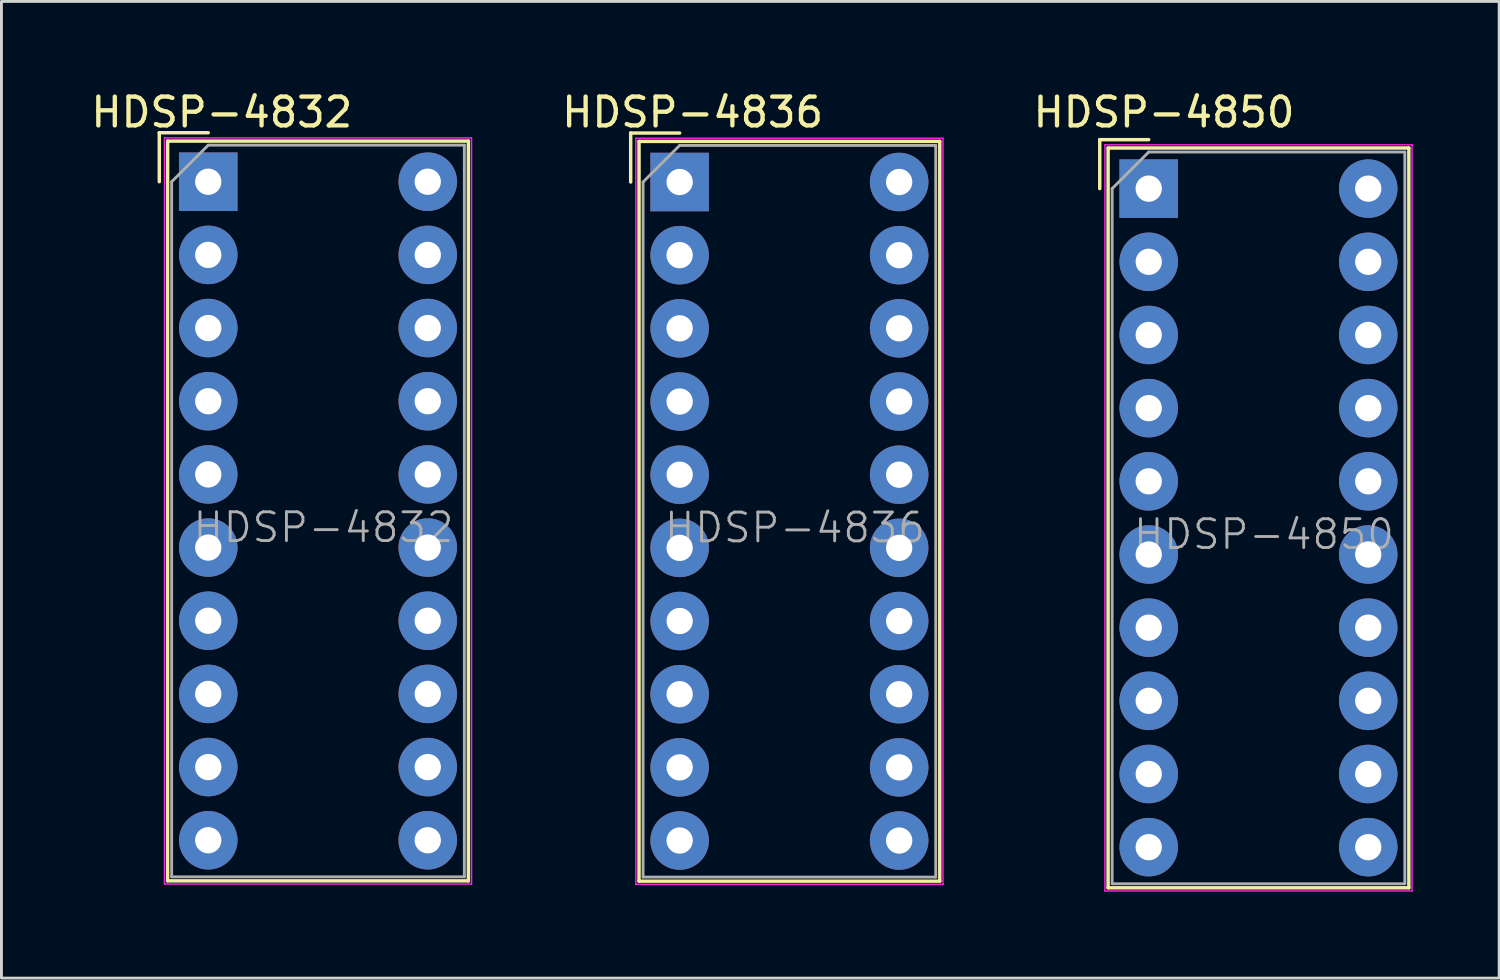
<source format=kicad_pcb>
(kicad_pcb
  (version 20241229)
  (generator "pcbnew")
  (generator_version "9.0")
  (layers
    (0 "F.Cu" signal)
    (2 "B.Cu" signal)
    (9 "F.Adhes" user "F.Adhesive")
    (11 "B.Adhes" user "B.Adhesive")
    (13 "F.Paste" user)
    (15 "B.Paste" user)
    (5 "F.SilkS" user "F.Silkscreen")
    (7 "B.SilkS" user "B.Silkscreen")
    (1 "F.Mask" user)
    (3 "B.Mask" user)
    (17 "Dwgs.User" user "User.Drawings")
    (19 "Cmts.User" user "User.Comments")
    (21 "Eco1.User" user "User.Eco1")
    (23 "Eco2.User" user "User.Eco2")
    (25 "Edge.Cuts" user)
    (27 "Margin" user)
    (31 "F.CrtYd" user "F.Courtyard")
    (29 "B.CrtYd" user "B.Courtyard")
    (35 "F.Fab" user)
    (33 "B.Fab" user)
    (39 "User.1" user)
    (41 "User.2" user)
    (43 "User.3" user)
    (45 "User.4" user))
  (footprint "HDSP-4832"
    (layer "F.Cu")
    (at 4.179 3.258)
    (property "Reference" "HDSP-4832" (at 0.47 -2.41 0) (layer "F.SilkS") (effects (font (size 1 1) (thickness 0.15))))
    (attr through_hole)
    (fp_line (start -1.7 -1.7) (end -1.7 0) (stroke (width 0.12) (type solid)) (layer "F.SilkS"))
    (fp_line (start -1.41 -1.41) (end 9.03 -1.41) (stroke (width 0.12) (type solid)) (layer "F.SilkS"))
    (fp_line (start -1.41 24.27) (end -1.41 -1.41) (stroke (width 0.12) (type solid)) (layer "F.SilkS"))
    (fp_line (start 0 -1.7) (end -1.7 -1.7) (stroke (width 0.12) (type solid)) (layer "F.SilkS"))
    (fp_line (start 9.03 -1.41) (end 9.03 24.27) (stroke (width 0.12) (type solid)) (layer "F.SilkS"))
    (fp_line (start 9.03 24.27) (end -1.41 24.27) (stroke (width 0.12) (type solid)) (layer "F.SilkS"))
    (fp_line (start -1.52 -1.52) (end -1.52 24.38) (stroke (width 0.05) (type solid)) (layer "F.CrtYd"))
    (fp_line (start -1.52 -1.52) (end 9.14 -1.52) (stroke (width 0.05) (type solid)) (layer "F.CrtYd"))
    (fp_line (start -1.52 24.38) (end 9.14 24.38) (stroke (width 0.05) (type solid)) (layer "F.CrtYd"))
    (fp_line (start 9.14 24.38) (end 9.14 -1.52) (stroke (width 0.05) (type solid)) (layer "F.CrtYd"))
    (fp_line (start -1.27 0) (end -1.27 24.13) (stroke (width 0.1) (type solid)) (layer "F.Fab"))
    (fp_line (start -1.27 24.13) (end 8.89 24.13) (stroke (width 0.1) (type solid)) (layer "F.Fab"))
    (fp_line (start 0 -1.27) (end -1.27 0) (stroke (width 0.1) (type solid)) (layer "F.Fab"))
    (fp_line (start 0 -1.27) (end 8.89 -1.27) (stroke (width 0.1) (type solid)) (layer "F.Fab"))
    (fp_line (start 8.89 -1.27) (end 8.89 24.13) (stroke (width 0.1) (type solid)) (layer "F.Fab"))
    (fp_text user "${REFERENCE}" (at 4 12 0) (layer "F.Fab") (effects (font (size 1 1) (thickness 0.1))))
    (pad "1" thru_hole rect (at 0 0 270) (size 2.032 2.032) (drill 0.914) (layers "*.Cu" "*.Mask"))
    (pad "2" thru_hole circle (at 0 2.54 270) (size 2.032 2.032) (drill 0.914) (layers "*.Cu" "*.Mask"))
    (pad "3" thru_hole circle (at 0 5.08 270) (size 2.032 2.032) (drill 0.914) (layers "*.Cu" "*.Mask"))
    (pad "4" thru_hole circle (at 0 7.62 270) (size 2.032 2.032) (drill 0.914) (layers "*.Cu" "*.Mask"))
    (pad "5" thru_hole circle (at 0 10.16 270) (size 2.032 2.032) (drill 0.914) (layers "*.Cu" "*.Mask"))
    (pad "6" thru_hole circle (at 0 12.7 270) (size 2.032 2.032) (drill 0.914) (layers "*.Cu" "*.Mask"))
    (pad "7" thru_hole circle (at 0 15.24 270) (size 2.032 2.032) (drill 0.914) (layers "*.Cu" "*.Mask"))
    (pad "8" thru_hole circle (at 0 17.78 270) (size 2.032 2.032) (drill 0.914) (layers "*.Cu" "*.Mask"))
    (pad "9" thru_hole circle (at 0 20.32 270) (size 2.032 2.032) (drill 0.914) (layers "*.Cu" "*.Mask"))
    (pad "10" thru_hole circle (at 0 22.86 270) (size 2.032 2.032) (drill 0.914) (layers "*.Cu" "*.Mask"))
    (pad "11" thru_hole circle (at 7.62 22.86 270) (size 2.032 2.032) (drill 0.914) (layers "*.Cu" "*.Mask"))
    (pad "12" thru_hole circle (at 7.62 20.32 270) (size 2.032 2.032) (drill 0.914) (layers "*.Cu" "*.Mask"))
    (pad "13" thru_hole circle (at 7.62 17.78 270) (size 2.032 2.032) (drill 0.914) (layers "*.Cu" "*.Mask"))
    (pad "14" thru_hole circle (at 7.62 15.24 270) (size 2.032 2.032) (drill 0.914) (layers "*.Cu" "*.Mask"))
    (pad "15" thru_hole circle (at 7.62 12.7 270) (size 2.032 2.032) (drill 0.914) (layers "*.Cu" "*.Mask"))
    (pad "16" thru_hole circle (at 7.62 10.16 270) (size 2.032 2.032) (drill 0.914) (layers "*.Cu" "*.Mask"))
    (pad "17" thru_hole circle (at 7.62 7.62 270) (size 2.032 2.032) (drill 0.914) (layers "*.Cu" "*.Mask"))
    (pad "18" thru_hole circle (at 7.62 5.08 270) (size 2.032 2.032) (drill 0.914) (layers "*.Cu" "*.Mask"))
    (pad "19" thru_hole circle (at 7.62 2.54 270) (size 2.032 2.032) (drill 0.914) (layers "*.Cu" "*.Mask"))
    (pad "20" thru_hole circle (at 7.62 0 270) (size 2.032 2.032) (drill 0.914) (layers "*.Cu" "*.Mask")))
  (footprint "HDSP-4836"
    (layer "F.Cu")
    (at 20.543 3.268)
    (property "Reference" "HDSP-4836" (at 0.45 -2.42 0) (layer "F.SilkS") (effects (font (size 1 1) (thickness 0.15))))
    (attr through_hole)
    (fp_line (start -1.7 -1.7) (end -1.7 0) (stroke (width 0.12) (type solid)) (layer "F.SilkS"))
    (fp_line (start -1.41 -1.41) (end 9.03 -1.41) (stroke (width 0.12) (type solid)) (layer "F.SilkS"))
    (fp_line (start -1.41 24.27) (end -1.41 -1.41) (stroke (width 0.12) (type solid)) (layer "F.SilkS"))
    (fp_line (start 0 -1.7) (end -1.7 -1.7) (stroke (width 0.12) (type solid)) (layer "F.SilkS"))
    (fp_line (start 9.03 -1.41) (end 9.03 24.27) (stroke (width 0.12) (type solid)) (layer "F.SilkS"))
    (fp_line (start 9.03 24.27) (end -1.41 24.27) (stroke (width 0.12) (type solid)) (layer "F.SilkS"))
    (fp_line (start -1.52 -1.52) (end -1.52 24.38) (stroke (width 0.05) (type solid)) (layer "F.CrtYd"))
    (fp_line (start -1.52 -1.52) (end 9.14 -1.52) (stroke (width 0.05) (type solid)) (layer "F.CrtYd"))
    (fp_line (start -1.52 24.38) (end 9.14 24.38) (stroke (width 0.05) (type solid)) (layer "F.CrtYd"))
    (fp_line (start 9.14 24.38) (end 9.14 -1.52) (stroke (width 0.05) (type solid)) (layer "F.CrtYd"))
    (fp_line (start -1.27 0) (end -1.27 24.13) (stroke (width 0.1) (type solid)) (layer "F.Fab"))
    (fp_line (start -1.27 24.13) (end 8.89 24.13) (stroke (width 0.1) (type solid)) (layer "F.Fab"))
    (fp_line (start 0 -1.27) (end -1.27 0) (stroke (width 0.1) (type solid)) (layer "F.Fab"))
    (fp_line (start 0 -1.27) (end 8.89 -1.27) (stroke (width 0.1) (type solid)) (layer "F.Fab"))
    (fp_line (start 8.89 -1.27) (end 8.89 24.13) (stroke (width 0.1) (type solid)) (layer "F.Fab"))
    (fp_text user "${REFERENCE}" (at 4 12 0) (layer "F.Fab") (effects (font (size 1 1) (thickness 0.1))))
    (pad "1" thru_hole rect (at 0 0 270) (size 2.032 2.032) (drill 0.914) (layers "*.Cu" "*.Mask"))
    (pad "2" thru_hole circle (at 0 2.54 270) (size 2.032 2.032) (drill 0.914) (layers "*.Cu" "*.Mask"))
    (pad "3" thru_hole circle (at 0 5.08 270) (size 2.032 2.032) (drill 0.914) (layers "*.Cu" "*.Mask"))
    (pad "4" thru_hole circle (at 0 7.62 270) (size 2.032 2.032) (drill 0.914) (layers "*.Cu" "*.Mask"))
    (pad "5" thru_hole circle (at 0 10.16 270) (size 2.032 2.032) (drill 0.914) (layers "*.Cu" "*.Mask"))
    (pad "6" thru_hole circle (at 0 12.7 270) (size 2.032 2.032) (drill 0.914) (layers "*.Cu" "*.Mask"))
    (pad "7" thru_hole circle (at 0 15.24 270) (size 2.032 2.032) (drill 0.914) (layers "*.Cu" "*.Mask"))
    (pad "8" thru_hole circle (at 0 17.78 270) (size 2.032 2.032) (drill 0.914) (layers "*.Cu" "*.Mask"))
    (pad "9" thru_hole circle (at 0 20.32 270) (size 2.032 2.032) (drill 0.914) (layers "*.Cu" "*.Mask"))
    (pad "10" thru_hole circle (at 0 22.86 270) (size 2.032 2.032) (drill 0.914) (layers "*.Cu" "*.Mask"))
    (pad "11" thru_hole circle (at 7.62 22.86 270) (size 2.032 2.032) (drill 0.914) (layers "*.Cu" "*.Mask"))
    (pad "12" thru_hole circle (at 7.62 20.32 270) (size 2.032 2.032) (drill 0.914) (layers "*.Cu" "*.Mask"))
    (pad "13" thru_hole circle (at 7.62 17.78 270) (size 2.032 2.032) (drill 0.914) (layers "*.Cu" "*.Mask"))
    (pad "14" thru_hole circle (at 7.62 15.24 270) (size 2.032 2.032) (drill 0.914) (layers "*.Cu" "*.Mask"))
    (pad "15" thru_hole circle (at 7.62 12.7 270) (size 2.032 2.032) (drill 0.914) (layers "*.Cu" "*.Mask"))
    (pad "16" thru_hole circle (at 7.62 10.16 270) (size 2.032 2.032) (drill 0.914) (layers "*.Cu" "*.Mask"))
    (pad "17" thru_hole circle (at 7.62 7.62 270) (size 2.032 2.032) (drill 0.914) (layers "*.Cu" "*.Mask"))
    (pad "18" thru_hole circle (at 7.62 5.08 270) (size 2.032 2.032) (drill 0.914) (layers "*.Cu" "*.Mask"))
    (pad "19" thru_hole circle (at 7.62 2.54 270) (size 2.032 2.032) (drill 0.914) (layers "*.Cu" "*.Mask"))
    (pad "20" thru_hole circle (at 7.62 0 270) (size 2.032 2.032) (drill 0.914) (layers "*.Cu" "*.Mask")))
  (footprint "HDSP-4850"
    (layer "F.Cu")
    (at 36.826 3.498)
    (property "Reference" "HDSP-4850" (at 0.53 -2.65 0) (layer "F.SilkS") (effects (font (size 1 1) (thickness 0.15))))
    (attr through_hole)
    (fp_line (start -1.7 -1.7) (end -1.7 0) (stroke (width 0.12) (type solid)) (layer "F.SilkS"))
    (fp_line (start -1.41 -1.41) (end 9.03 -1.41) (stroke (width 0.12) (type solid)) (layer "F.SilkS"))
    (fp_line (start -1.41 24.27) (end -1.41 -1.41) (stroke (width 0.12) (type solid)) (layer "F.SilkS"))
    (fp_line (start 0 -1.7) (end -1.7 -1.7) (stroke (width 0.12) (type solid)) (layer "F.SilkS"))
    (fp_line (start 9.03 -1.41) (end 9.03 24.27) (stroke (width 0.12) (type solid)) (layer "F.SilkS"))
    (fp_line (start 9.03 24.27) (end -1.41 24.27) (stroke (width 0.12) (type solid)) (layer "F.SilkS"))
    (fp_line (start -1.52 -1.52) (end -1.52 24.38) (stroke (width 0.05) (type solid)) (layer "F.CrtYd"))
    (fp_line (start -1.52 -1.52) (end 9.14 -1.52) (stroke (width 0.05) (type solid)) (layer "F.CrtYd"))
    (fp_line (start -1.52 24.38) (end 9.14 24.38) (stroke (width 0.05) (type solid)) (layer "F.CrtYd"))
    (fp_line (start 9.14 24.38) (end 9.14 -1.52) (stroke (width 0.05) (type solid)) (layer "F.CrtYd"))
    (fp_line (start -1.27 0) (end -1.27 24.13) (stroke (width 0.1) (type solid)) (layer "F.Fab"))
    (fp_line (start -1.27 24.13) (end 8.89 24.13) (stroke (width 0.1) (type solid)) (layer "F.Fab"))
    (fp_line (start 0 -1.27) (end -1.27 0) (stroke (width 0.1) (type solid)) (layer "F.Fab"))
    (fp_line (start 0 -1.27) (end 8.89 -1.27) (stroke (width 0.1) (type solid)) (layer "F.Fab"))
    (fp_line (start 8.89 -1.27) (end 8.89 24.13) (stroke (width 0.1) (type solid)) (layer "F.Fab"))
    (fp_text user "${REFERENCE}" (at 4 12 0) (layer "F.Fab") (effects (font (size 1 1) (thickness 0.1))))
    (pad "1" thru_hole rect (at 0 0 270) (size 2.032 2.032) (drill 0.914) (layers "*.Cu" "*.Mask"))
    (pad "2" thru_hole circle (at 0 2.54 270) (size 2.032 2.032) (drill 0.914) (layers "*.Cu" "*.Mask"))
    (pad "3" thru_hole circle (at 0 5.08 270) (size 2.032 2.032) (drill 0.914) (layers "*.Cu" "*.Mask"))
    (pad "4" thru_hole circle (at 0 7.62 270) (size 2.032 2.032) (drill 0.914) (layers "*.Cu" "*.Mask"))
    (pad "5" thru_hole circle (at 0 10.16 270) (size 2.032 2.032) (drill 0.914) (layers "*.Cu" "*.Mask"))
    (pad "6" thru_hole circle (at 0 12.7 270) (size 2.032 2.032) (drill 0.914) (layers "*.Cu" "*.Mask"))
    (pad "7" thru_hole circle (at 0 15.24 270) (size 2.032 2.032) (drill 0.914) (layers "*.Cu" "*.Mask"))
    (pad "8" thru_hole circle (at 0 17.78 270) (size 2.032 2.032) (drill 0.914) (layers "*.Cu" "*.Mask"))
    (pad "9" thru_hole circle (at 0 20.32 270) (size 2.032 2.032) (drill 0.914) (layers "*.Cu" "*.Mask"))
    (pad "10" thru_hole circle (at 0 22.86 270) (size 2.032 2.032) (drill 0.914) (layers "*.Cu" "*.Mask"))
    (pad "11" thru_hole circle (at 7.62 22.86 270) (size 2.032 2.032) (drill 0.914) (layers "*.Cu" "*.Mask"))
    (pad "12" thru_hole circle (at 7.62 20.32 270) (size 2.032 2.032) (drill 0.914) (layers "*.Cu" "*.Mask"))
    (pad "13" thru_hole circle (at 7.62 17.78 270) (size 2.032 2.032) (drill 0.914) (layers "*.Cu" "*.Mask"))
    (pad "14" thru_hole circle (at 7.62 15.24 270) (size 2.032 2.032) (drill 0.914) (layers "*.Cu" "*.Mask"))
    (pad "15" thru_hole circle (at 7.62 12.7 270) (size 2.032 2.032) (drill 0.914) (layers "*.Cu" "*.Mask"))
    (pad "16" thru_hole circle (at 7.62 10.16 270) (size 2.032 2.032) (drill 0.914) (layers "*.Cu" "*.Mask"))
    (pad "17" thru_hole circle (at 7.62 7.62 270) (size 2.032 2.032) (drill 0.914) (layers "*.Cu" "*.Mask"))
    (pad "18" thru_hole circle (at 7.62 5.08 270) (size 2.032 2.032) (drill 0.914) (layers "*.Cu" "*.Mask"))
    (pad "19" thru_hole circle (at 7.62 2.54 270) (size 2.032 2.032) (drill 0.914) (layers "*.Cu" "*.Mask"))
    (pad "20" thru_hole circle (at 7.62 0 270) (size 2.032 2.032) (drill 0.914) (layers "*.Cu" "*.Mask")))
  (gr_rect
    (start -3 -3)
    (end 48.991 30.903)
    (stroke (width 0.1) (type default))
    (fill no)
    (layer "Edge.Cuts")))
</source>
